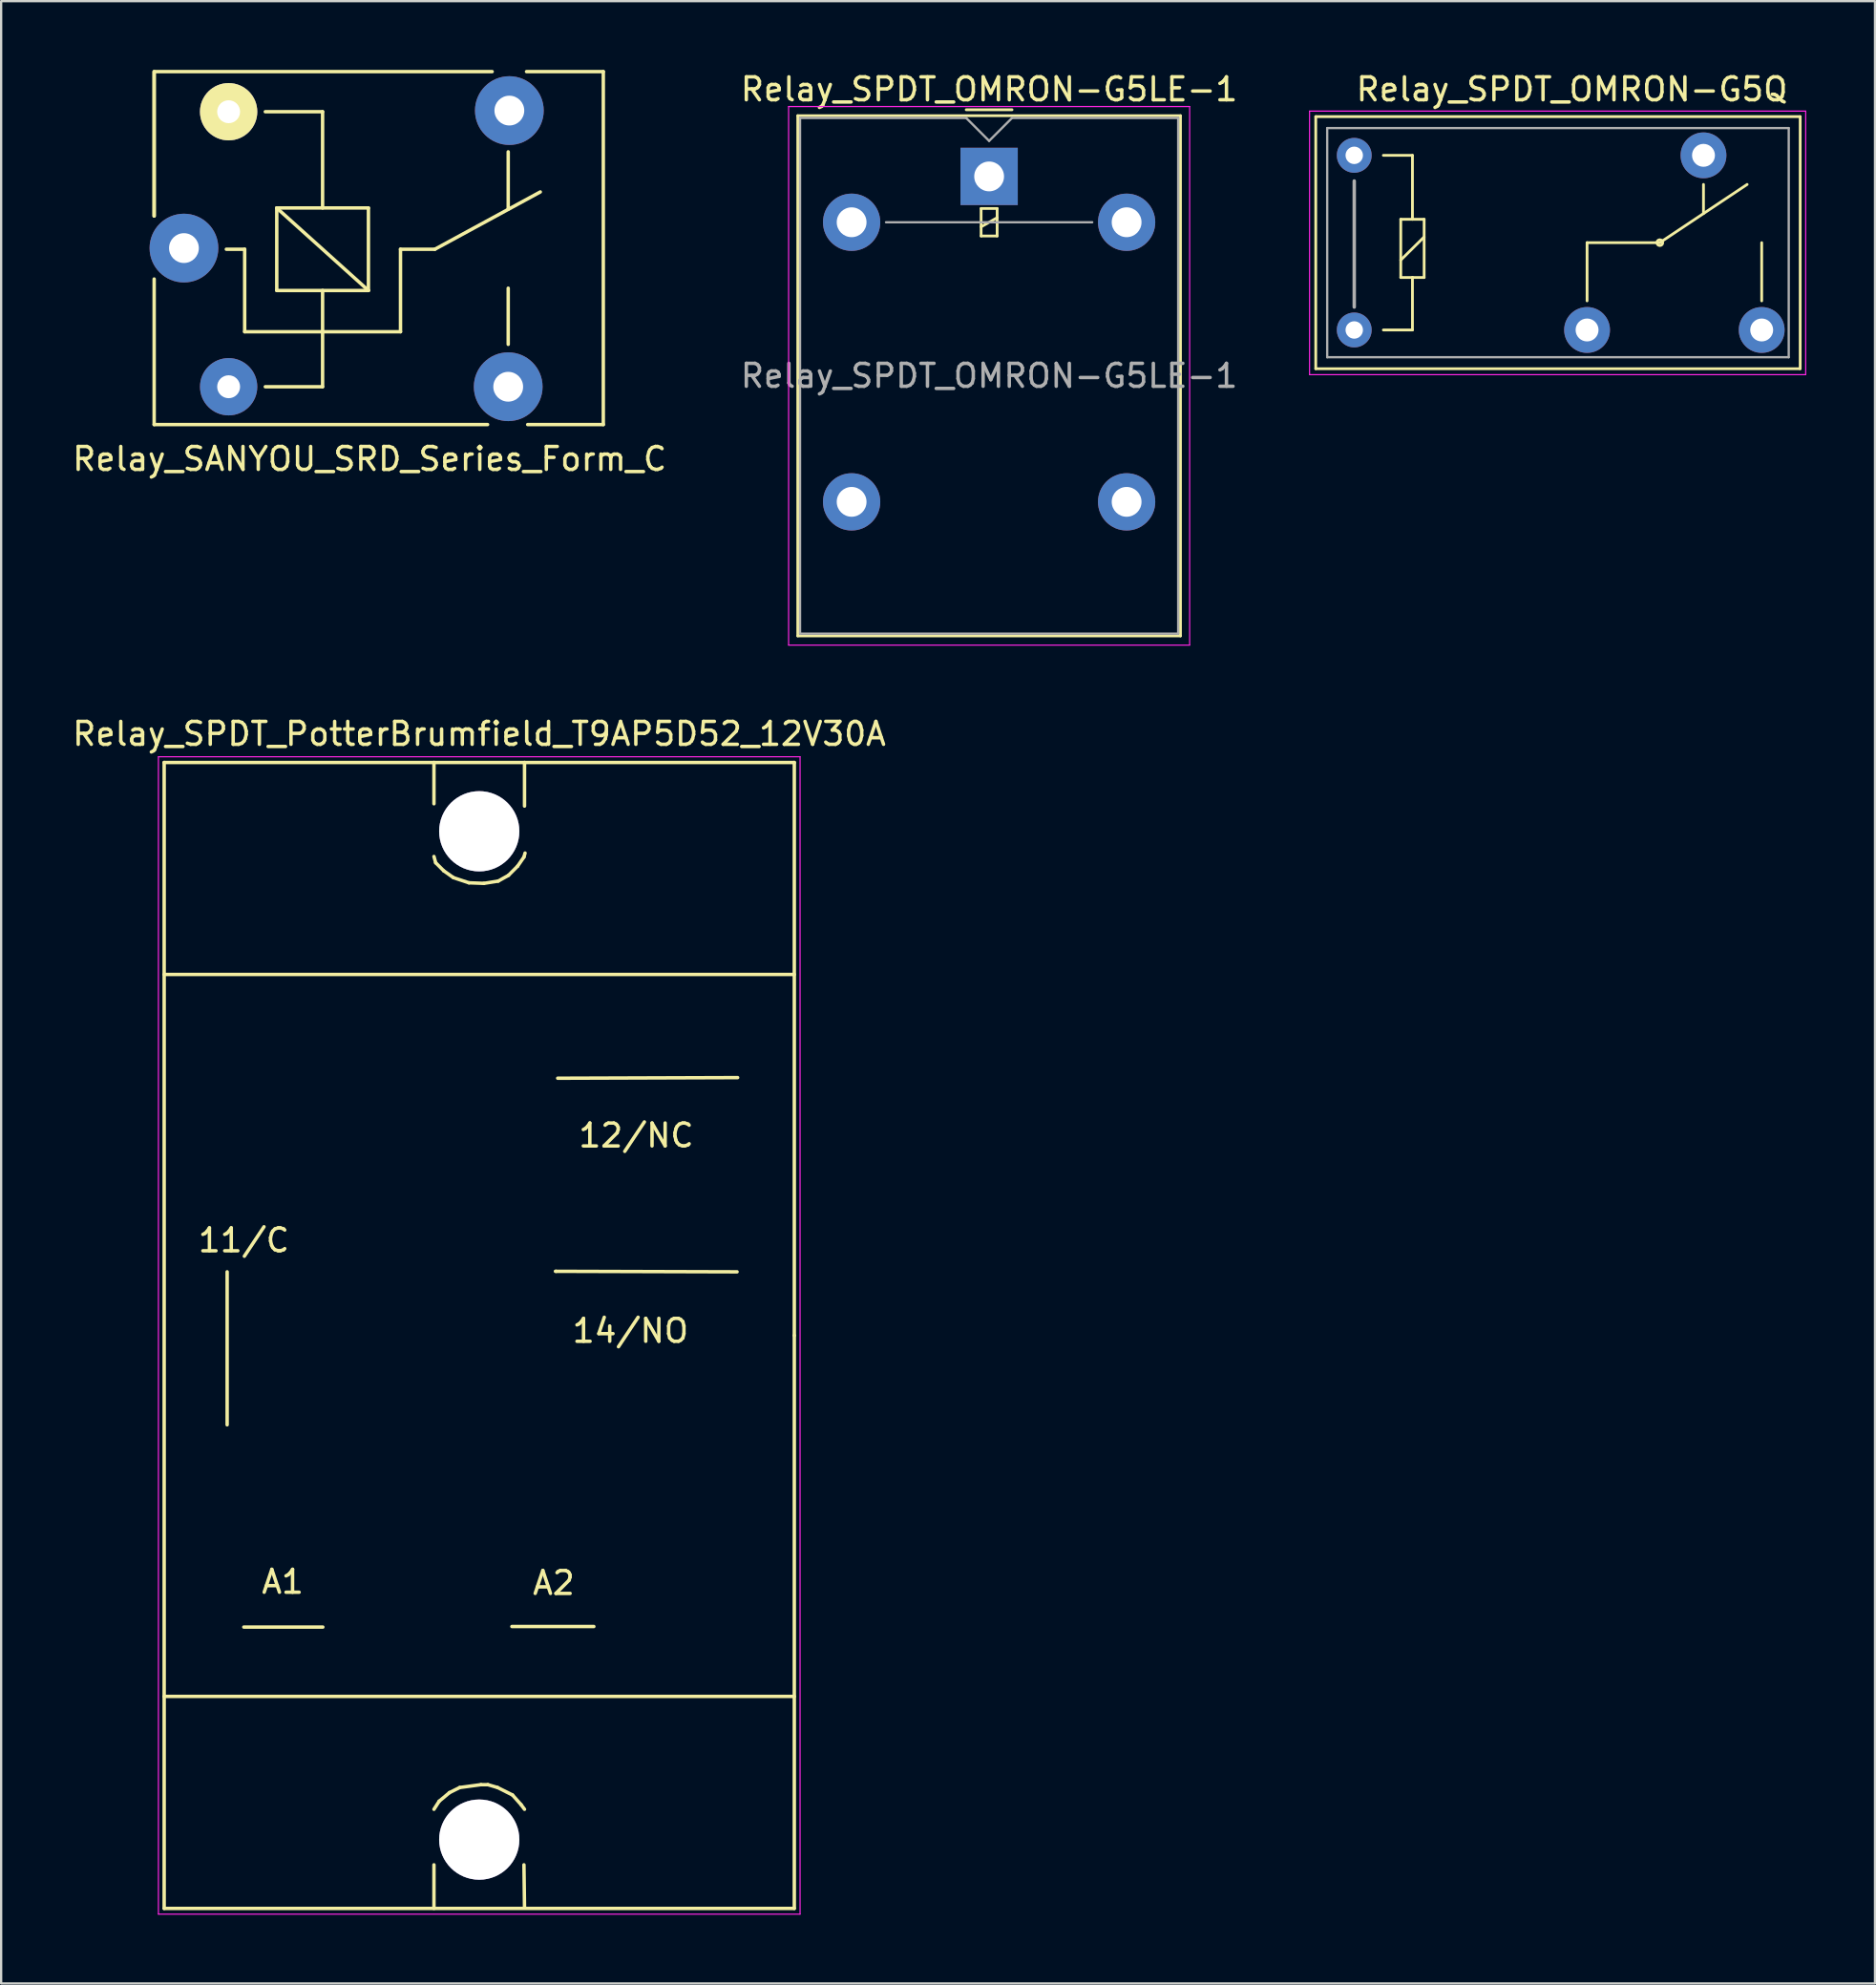
<source format=kicad_pcb>
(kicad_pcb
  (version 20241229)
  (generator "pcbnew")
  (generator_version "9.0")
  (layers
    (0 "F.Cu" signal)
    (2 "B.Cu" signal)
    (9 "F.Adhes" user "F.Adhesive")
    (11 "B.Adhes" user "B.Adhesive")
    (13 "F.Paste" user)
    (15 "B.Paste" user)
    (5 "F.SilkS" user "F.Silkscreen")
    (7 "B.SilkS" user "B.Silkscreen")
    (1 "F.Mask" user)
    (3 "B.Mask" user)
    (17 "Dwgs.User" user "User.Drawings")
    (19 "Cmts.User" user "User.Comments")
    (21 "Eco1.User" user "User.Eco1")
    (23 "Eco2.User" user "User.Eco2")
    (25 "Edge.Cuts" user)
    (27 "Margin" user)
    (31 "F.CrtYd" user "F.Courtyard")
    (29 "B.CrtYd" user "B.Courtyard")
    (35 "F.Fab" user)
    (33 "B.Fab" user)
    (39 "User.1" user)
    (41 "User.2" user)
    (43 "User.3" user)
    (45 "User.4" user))
  (footprint "Relay_SPDT_OMRON-G5Q"
    (layer "F.Cu")
    (at 56.046 11.348)
    (property "Reference" "Relay_SPDT_OMRON-G5Q" (at 9.5 -10.5 180) (layer "F.SilkS") (effects (font (size 1 1) (thickness 0.15))))
    (attr through_hole)
    (fp_line (start -1.68 -9.31) (end 19.46 -9.31) (stroke (width 0.12) (type solid)) (layer "F.SilkS"))
    (fp_line (start -1.68 1.69) (end -1.68 -9.31) (stroke (width 0.12) (type solid)) (layer "F.SilkS"))
    (fp_line (start -1.68 1.69) (end 19.46 1.69) (stroke (width 0.12) (type solid)) (layer "F.SilkS"))
    (fp_line (start 1.27 0) (end 2.54 0) (stroke (width 0.12) (type solid)) (layer "F.SilkS"))
    (fp_line (start 2.03 -4.83) (end 2.54 -4.83) (stroke (width 0.12) (type solid)) (layer "F.SilkS"))
    (fp_line (start 2.03 -3.05) (end 3.05 -4.06) (stroke (width 0.12) (type solid)) (layer "F.SilkS"))
    (fp_line (start 2.03 -2.29) (end 2.03 -4.83) (stroke (width 0.12) (type solid)) (layer "F.SilkS"))
    (fp_line (start 2.54 -7.62) (end 1.27 -7.62) (stroke (width 0.12) (type solid)) (layer "F.SilkS"))
    (fp_line (start 2.54 -4.83) (end 2.54 -7.62) (stroke (width 0.12) (type solid)) (layer "F.SilkS"))
    (fp_line (start 2.54 -4.83) (end 3.05 -4.83) (stroke (width 0.12) (type solid)) (layer "F.SilkS"))
    (fp_line (start 2.54 -2.29) (end 2.03 -2.29) (stroke (width 0.12) (type solid)) (layer "F.SilkS"))
    (fp_line (start 2.54 0) (end 2.54 -2.29) (stroke (width 0.12) (type solid)) (layer "F.SilkS"))
    (fp_line (start 3.05 -4.83) (end 3.05 -2.29) (stroke (width 0.12) (type solid)) (layer "F.SilkS"))
    (fp_line (start 3.05 -2.29) (end 2.54 -2.29) (stroke (width 0.12) (type solid)) (layer "F.SilkS"))
    (fp_line (start 10.16 -3.81) (end 13.335 -3.81) (stroke (width 0.12) (type solid)) (layer "F.SilkS"))
    (fp_line (start 10.16 -1.27) (end 10.16 -3.81) (stroke (width 0.12) (type solid)) (layer "F.SilkS"))
    (fp_line (start 13.335 -3.81) (end 17.145 -6.35) (stroke (width 0.12) (type solid)) (layer "F.SilkS"))
    (fp_line (start 15.24 -6.35) (end 15.24 -5.08) (stroke (width 0.12) (type solid)) (layer "F.SilkS"))
    (fp_line (start 17.78 -1.27) (end 17.78 -3.81) (stroke (width 0.12) (type solid)) (layer "F.SilkS"))
    (fp_line (start 19.46 1.69) (end 19.46 -9.31) (stroke (width 0.12) (type solid)) (layer "F.SilkS"))
    (fp_circle (center 13.335 -3.81) (end 13.462 -3.81) (stroke (width 0.12) (type solid)) (fill no) (layer "F.SilkS"))
    (fp_line (start -1.95 -9.55) (end 19.7 -9.55) (stroke (width 0.05) (type solid)) (layer "F.CrtYd"))
    (fp_line (start -1.95 1.95) (end -1.95 -9.55) (stroke (width 0.05) (type solid)) (layer "F.CrtYd"))
    (fp_line (start 19.7 -9.55) (end 19.7 1.95) (stroke (width 0.05) (type solid)) (layer "F.CrtYd"))
    (fp_line (start 19.7 1.95) (end -1.95 1.95) (stroke (width 0.05) (type solid)) (layer "F.CrtYd"))
    (fp_line (start -1.18 -8.81) (end 18.96 -8.81) (stroke (width 0.1) (type solid)) (layer "F.Fab"))
    (fp_line (start -1.18 1.19) (end -1.18 -8.81) (stroke (width 0.1) (type solid)) (layer "F.Fab"))
    (fp_line (start 0 -1) (end 0 -6.5) (stroke (width 0.15) (type solid)) (layer "F.Fab"))
    (fp_line (start 18.96 -8.81) (end 18.96 1.19) (stroke (width 0.1) (type solid)) (layer "F.Fab"))
    (fp_line (start 18.96 1.19) (end -1.18 1.19) (stroke (width 0.1) (type solid)) (layer "F.Fab"))
    (pad "1" thru_hole circle (at 0 0 180) (size 1.52 1.52) (drill 0.76) (layers "*.Cu" "*.Mask"))
    (pad "2" thru_hole circle (at 10.16 0 180) (size 2 2) (drill 1) (layers "*.Cu" "*.Mask"))
    (pad "3" thru_hole circle (at 17.78 0 180) (size 2 2) (drill 1) (layers "*.Cu" "*.Mask"))
    (pad "4" thru_hole circle (at 15.24 -7.62 180) (size 2 2) (drill 1) (layers "*.Cu" "*.Mask"))
    (pad "5" thru_hole circle (at 0 -7.62 180) (size 1.52 1.52) (drill 0.76) (layers "*.Cu" "*.Mask")))
  (footprint "Relay_SPDT_PotterBrumfield_T9AP5D52_12V30A"
    (layer "F.Cu")
    (at 17.863 55.221)
    (property "Reference" "Relay_SPDT_PotterBrumfield_T9AP5D52_12V30A" (at 0 -26.25 0) (layer "F.SilkS") (effects (font (size 1 1) (thickness 0.15))))
    (attr through_hole)
    (fp_line (start -13.749 -25.001) (end -13.749 25.001) (stroke (width 0.15) (type solid)) (layer "F.SilkS"))
    (fp_line (start -13.749 -15.751) (end 13.749 -15.751) (stroke (width 0.15) (type solid)) (layer "F.SilkS"))
    (fp_line (start -13.749 25.001) (end 13.749 25.001) (stroke (width 0.15) (type solid)) (layer "F.SilkS"))
    (fp_line (start -11.001 -2.776) (end -11.001 3.899) (stroke (width 0.15) (type solid)) (layer "F.SilkS"))
    (fp_line (start -6.825 12.725) (end -10.274 12.725) (stroke (width 0.15) (type solid)) (layer "F.SilkS"))
    (fp_line (start -1.976 -23.2) (end -1.976 -25.001) (stroke (width 0.15) (type solid)) (layer "F.SilkS"))
    (fp_line (start -1.976 -20.899) (end -1.9 -20.625) (stroke (width 0.15) (type solid)) (layer "F.SilkS"))
    (fp_line (start -1.976 23.099) (end -1.976 25.001) (stroke (width 0.15) (type solid)) (layer "F.SilkS"))
    (fp_line (start -1.9 -20.625) (end -1.549 -20.274) (stroke (width 0.15) (type solid)) (layer "F.SilkS"))
    (fp_line (start -1.75 20.325) (end -1.976 20.676) (stroke (width 0.15) (type solid)) (layer "F.SilkS"))
    (fp_line (start -1.549 -20.274) (end -1.125 -19.975) (stroke (width 0.15) (type solid)) (layer "F.SilkS"))
    (fp_line (start -1.3 19.949) (end -1.75 20.325) (stroke (width 0.15) (type solid)) (layer "F.SilkS"))
    (fp_line (start -1.125 -19.975) (end -0.45 -19.751) (stroke (width 0.15) (type solid)) (layer "F.SilkS"))
    (fp_line (start -0.851 19.726) (end -1.3 19.949) (stroke (width 0.15) (type solid)) (layer "F.SilkS"))
    (fp_line (start -0.45 -19.751) (end 0.201 -19.726) (stroke (width 0.15) (type solid)) (layer "F.SilkS"))
    (fp_line (start 0.076 19.601) (end -0.851 19.726) (stroke (width 0.15) (type solid)) (layer "F.SilkS"))
    (fp_line (start 0.201 -19.726) (end 0.826 -19.825) (stroke (width 0.15) (type solid)) (layer "F.SilkS"))
    (fp_line (start 0.376 19.601) (end 0.076 19.601) (stroke (width 0.15) (type solid)) (layer "F.SilkS"))
    (fp_line (start 0.8 19.726) (end 0.376 19.601) (stroke (width 0.15) (type solid)) (layer "F.SilkS"))
    (fp_line (start 0.826 -19.825) (end 1.275 -20.076) (stroke (width 0.15) (type solid)) (layer "F.SilkS"))
    (fp_line (start 1.275 -20.076) (end 1.674 -20.475) (stroke (width 0.15) (type solid)) (layer "F.SilkS"))
    (fp_line (start 1.425 12.7) (end 5.001 12.7) (stroke (width 0.15) (type solid)) (layer "F.SilkS"))
    (fp_line (start 1.45 20.051) (end 0.8 19.726) (stroke (width 0.15) (type solid)) (layer "F.SilkS"))
    (fp_line (start 1.674 -20.475) (end 1.951 -20.876) (stroke (width 0.15) (type solid)) (layer "F.SilkS"))
    (fp_line (start 1.826 20.475) (end 1.45 20.051) (stroke (width 0.15) (type solid)) (layer "F.SilkS"))
    (fp_line (start 1.951 -20.876) (end 1.999 -21.049) (stroke (width 0.15) (type solid)) (layer "F.SilkS"))
    (fp_line (start 1.951 23.099) (end 1.976 24.976) (stroke (width 0.15) (type solid)) (layer "F.SilkS"))
    (fp_line (start 1.976 -23.099) (end 1.976 -25.001) (stroke (width 0.15) (type solid)) (layer "F.SilkS"))
    (fp_line (start 1.976 20.676) (end 1.826 20.475) (stroke (width 0.15) (type solid)) (layer "F.SilkS"))
    (fp_line (start 3.35 -2.799) (end 3.325 -2.799) (stroke (width 0.15) (type solid)) (layer "F.SilkS"))
    (fp_line (start 11.25 -2.776) (end 3.35 -2.799) (stroke (width 0.15) (type solid)) (layer "F.SilkS"))
    (fp_line (start 11.275 -11.25) (end 3.424 -11.224) (stroke (width 0.15) (type solid)) (layer "F.SilkS"))
    (fp_line (start 13.749 -25.001) (end -13.749 -25.001) (stroke (width 0.15) (type solid)) (layer "F.SilkS"))
    (fp_line (start 13.749 0) (end 13.749 -25.001) (stroke (width 0.15) (type solid)) (layer "F.SilkS"))
    (fp_line (start 13.749 15.751) (end -13.749 15.751) (stroke (width 0.15) (type solid)) (layer "F.SilkS"))
    (fp_line (start 13.749 25.001) (end 13.749 0) (stroke (width 0.15) (type solid)) (layer "F.SilkS"))
    (fp_line (start -14 -25.25) (end -14 25.25) (stroke (width 0.05) (type solid)) (layer "F.CrtYd"))
    (fp_line (start -14 25.25) (end 14 25.25) (stroke (width 0.05) (type solid)) (layer "F.CrtYd"))
    (fp_line (start 14 -25.25) (end -14 -25.25) (stroke (width 0.05) (type solid)) (layer "F.CrtYd"))
    (fp_line (start 14 25.25) (end 14 -25.25) (stroke (width 0.05) (type solid)) (layer "F.CrtYd"))
    (fp_text user "A1" (at -8.575 10.749 0) (layer "F.SilkS") (effects (font (size 1 1) (thickness 0.15))))
    (fp_text user "A2" (at 3.251 10.8 0) (layer "F.SilkS") (effects (font (size 1 1) (thickness 0.15))))
    (fp_text user "11/C" (at -10.274 -4.15 0) (layer "F.SilkS") (effects (font (size 1 1) (thickness 0.15))))
    (fp_text user "14/NO" (at 6.599 -0.201 0) (layer "F.SilkS") (effects (font (size 1 1) (thickness 0.15))))
    (fp_text user "12/NC" (at 6.85 -8.725 0) (layer "F.SilkS") (effects (font (size 1 1) (thickness 0.15))))
    (pad "1" thru_hole circle (at 0 -21.999) (size 3.5 3.5) (drill 3.5) (layers "*.Cu" "*.Mask"))
    (pad "2" thru_hole circle (at 0 21.999) (size 3.5 3.5) (drill 3.5) (layers "*.Cu" "*.Mask")))
  (footprint "Relay_SANYOU_SRD_Series_Form_C"
    (layer "F.Cu")
    (at 4.977 7.775)
    (property "Reference" "Relay_SANYOU_SRD_Series_Form_C" (at 8.1 9.2 0) (layer "F.SilkS") (effects (font (size 1 1) (thickness 0.15))))
    (attr through_hole)
    (fp_line (start -1.3 -7.7) (end 13.45 -7.7) (stroke (width 0.15) (type solid)) (layer "F.SilkS"))
    (fp_line (start -1.3 -7.65) (end -1.3 -1.4) (stroke (width 0.15) (type solid)) (layer "F.SilkS"))
    (fp_line (start -1.3 -1.4) (end -1.3 -7.7) (stroke (width 0.15) (type solid)) (layer "F.SilkS"))
    (fp_line (start -1.3 1.35) (end -1.3 7.7) (stroke (width 0.15) (type solid)) (layer "F.SilkS"))
    (fp_line (start -1.3 7.7) (end 13.25 7.7) (stroke (width 0.15) (type solid)) (layer "F.SilkS"))
    (fp_line (start 2.65 0.05) (end 1.85 0.05) (stroke (width 0.15) (type solid)) (layer "F.SilkS"))
    (fp_line (start 2.65 0.05) (end 2.65 3.65) (stroke (width 0.15) (type solid)) (layer "F.SilkS"))
    (fp_line (start 3.55 6.05) (end 6.05 6.05) (stroke (width 0.15) (type solid)) (layer "F.SilkS"))
    (fp_line (start 4.05 -1.75) (end 8.05 -1.75) (stroke (width 0.15) (type solid)) (layer "F.SilkS"))
    (fp_line (start 4.05 1.85) (end 4.05 -1.75) (stroke (width 0.15) (type solid)) (layer "F.SilkS"))
    (fp_line (start 6.05 -5.95) (end 3.55 -5.95) (stroke (width 0.15) (type solid)) (layer "F.SilkS"))
    (fp_line (start 6.05 -5.95) (end 6.05 -1.75) (stroke (width 0.15) (type solid)) (layer "F.SilkS"))
    (fp_line (start 6.05 1.85) (end 6.05 6.05) (stroke (width 0.15) (type solid)) (layer "F.SilkS"))
    (fp_line (start 8.05 -1.75) (end 8.05 1.85) (stroke (width 0.15) (type solid)) (layer "F.SilkS"))
    (fp_line (start 8.05 1.85) (end 4.05 -1.75) (stroke (width 0.15) (type solid)) (layer "F.SilkS"))
    (fp_line (start 8.05 1.85) (end 4.05 1.85) (stroke (width 0.15) (type solid)) (layer "F.SilkS"))
    (fp_line (start 9.45 0.05) (end 9.45 3.65) (stroke (width 0.15) (type solid)) (layer "F.SilkS"))
    (fp_line (start 9.45 0.05) (end 10.95 0.05) (stroke (width 0.15) (type solid)) (layer "F.SilkS"))
    (fp_line (start 9.45 3.65) (end 2.65 3.65) (stroke (width 0.15) (type solid)) (layer "F.SilkS"))
    (fp_line (start 10.95 0.05) (end 15.55 -2.45) (stroke (width 0.15) (type solid)) (layer "F.SilkS"))
    (fp_line (start 14.15 -4.2) (end 14.15 -1.7) (stroke (width 0.15) (type solid)) (layer "F.SilkS"))
    (fp_line (start 14.15 4.2) (end 14.15 1.75) (stroke (width 0.15) (type solid)) (layer "F.SilkS"))
    (fp_line (start 15 7.7) (end 18.3 7.7) (stroke (width 0.15) (type solid)) (layer "F.SilkS"))
    (fp_line (start 18.3 -7.7) (end 14.95 -7.7) (stroke (width 0.15) (type solid)) (layer "F.SilkS"))
    (fp_line (start 18.3 7.7) (end 18.3 -7.7) (stroke (width 0.15) (type solid)) (layer "F.SilkS"))
    (pad "1" thru_hole circle (at 0 0 90) (size 3 3) (drill 1.3) (layers "*.Cu" "*.Mask"))
    (pad "2" thru_hole circle (at 1.95 6.05 90) (size 2.5 2.5) (drill 1) (layers "*.Cu" "*.Mask"))
    (pad "3" thru_hole circle (at 14.15 6.05 90) (size 3 3) (drill 1.3) (layers "*.Cu" "*.Mask"))
    (pad "4" thru_hole circle (at 14.2 -6 90) (size 3 3) (drill 1.3) (layers "*.Cu" "*.Mask"))
    (pad "5" thru_hole circle (at 1.95 -5.95 90) (size 2.5 2.5) (drill 1) (layers "*.Cu" "*.Mask" "F.SilkS")))
  (footprint "Relay_SPDT_OMRON-G5LE-1"
    (layer "F.Cu")
    (at 40.113 4.648)
    (property "Reference" "Relay_SPDT_OMRON-G5LE-1" (at 0 -3.8 0) (layer "F.SilkS") (effects (font (size 1 1) (thickness 0.15))))
    (attr through_hole)
    (fp_line (start -8.35 -2.65) (end -8.35 20.05) (stroke (width 0.12) (type solid)) (layer "F.SilkS"))
    (fp_line (start -8.35 20.05) (end 8.35 20.05) (stroke (width 0.12) (type solid)) (layer "F.SilkS"))
    (fp_line (start -1 -2.91) (end 1 -2.91) (stroke (width 0.12) (type solid)) (layer "F.SilkS"))
    (fp_line (start -0.35 1.4) (end -0.35 2.6) (stroke (width 0.12) (type solid)) (layer "F.SilkS"))
    (fp_line (start -0.35 2.2) (end 0.35 1.8) (stroke (width 0.12) (type solid)) (layer "F.SilkS"))
    (fp_line (start -0.35 2.6) (end 0.35 2.6) (stroke (width 0.12) (type solid)) (layer "F.SilkS"))
    (fp_line (start 0.35 1.4) (end -0.35 1.4) (stroke (width 0.12) (type solid)) (layer "F.SilkS"))
    (fp_line (start 0.35 2.6) (end 0.35 1.4) (stroke (width 0.12) (type solid)) (layer "F.SilkS"))
    (fp_line (start 8.35 -2.65) (end -8.35 -2.65) (stroke (width 0.12) (type solid)) (layer "F.SilkS"))
    (fp_line (start 8.35 20.05) (end 8.35 -2.65) (stroke (width 0.12) (type solid)) (layer "F.SilkS"))
    (fp_line (start -8.75 -3.05) (end -8.75 20.45) (stroke (width 0.05) (type solid)) (layer "F.CrtYd"))
    (fp_line (start -8.75 20.45) (end 8.75 20.45) (stroke (width 0.05) (type solid)) (layer "F.CrtYd"))
    (fp_line (start 8.75 -3.05) (end -8.75 -3.05) (stroke (width 0.05) (type solid)) (layer "F.CrtYd"))
    (fp_line (start 8.75 20.45) (end 8.75 -3.05) (stroke (width 0.05) (type solid)) (layer "F.CrtYd"))
    (fp_line (start -8.25 -2.55) (end -1 -2.55) (stroke (width 0.1) (type solid)) (layer "F.Fab"))
    (fp_line (start -8.25 19.95) (end -8.25 -2.55) (stroke (width 0.1) (type solid)) (layer "F.Fab"))
    (fp_line (start -4.5 2) (end 4.5 2) (stroke (width 0.1) (type solid)) (layer "F.Fab"))
    (fp_line (start -1 -2.55) (end 0 -1.55) (stroke (width 0.1) (type solid)) (layer "F.Fab"))
    (fp_line (start 0 -1.55) (end 1 -2.55) (stroke (width 0.1) (type solid)) (layer "F.Fab"))
    (fp_line (start 1 -2.55) (end 8.25 -2.55) (stroke (width 0.1) (type solid)) (layer "F.Fab"))
    (fp_line (start 8.25 -2.55) (end 8.25 19.95) (stroke (width 0.1) (type solid)) (layer "F.Fab"))
    (fp_line (start 8.25 19.95) (end -8.25 19.95) (stroke (width 0.1) (type solid)) (layer "F.Fab"))
    (fp_text user "${REFERENCE}" (at 0 8.7 0) (layer "F.Fab") (effects (font (size 1 1) (thickness 0.15))))
    (pad "1" thru_hole rect (at 0 0) (size 2.5 2.5) (drill 1.3) (layers "*.Cu" "*.Mask"))
    (pad "2" thru_hole oval (at -6 2) (size 2.5 2.5) (drill 1.3) (layers "*.Cu" "*.Mask"))
    (pad "3" thru_hole oval (at -6 14.2) (size 2.5 2.5) (drill 1.3) (layers "*.Cu" "*.Mask"))
    (pad "4" thru_hole oval (at 6 14.2) (size 2.5 2.5) (drill 1.3) (layers "*.Cu" "*.Mask"))
    (pad "5" thru_hole oval (at 6 2) (size 2.5 2.5) (drill 1.3) (layers "*.Cu" "*.Mask")))
  (gr_rect
    (start -3 -3)
    (end 78.771 83.496)
    (stroke (width 0.1) (type default))
    (fill no)
    (layer "Edge.Cuts")))
</source>
